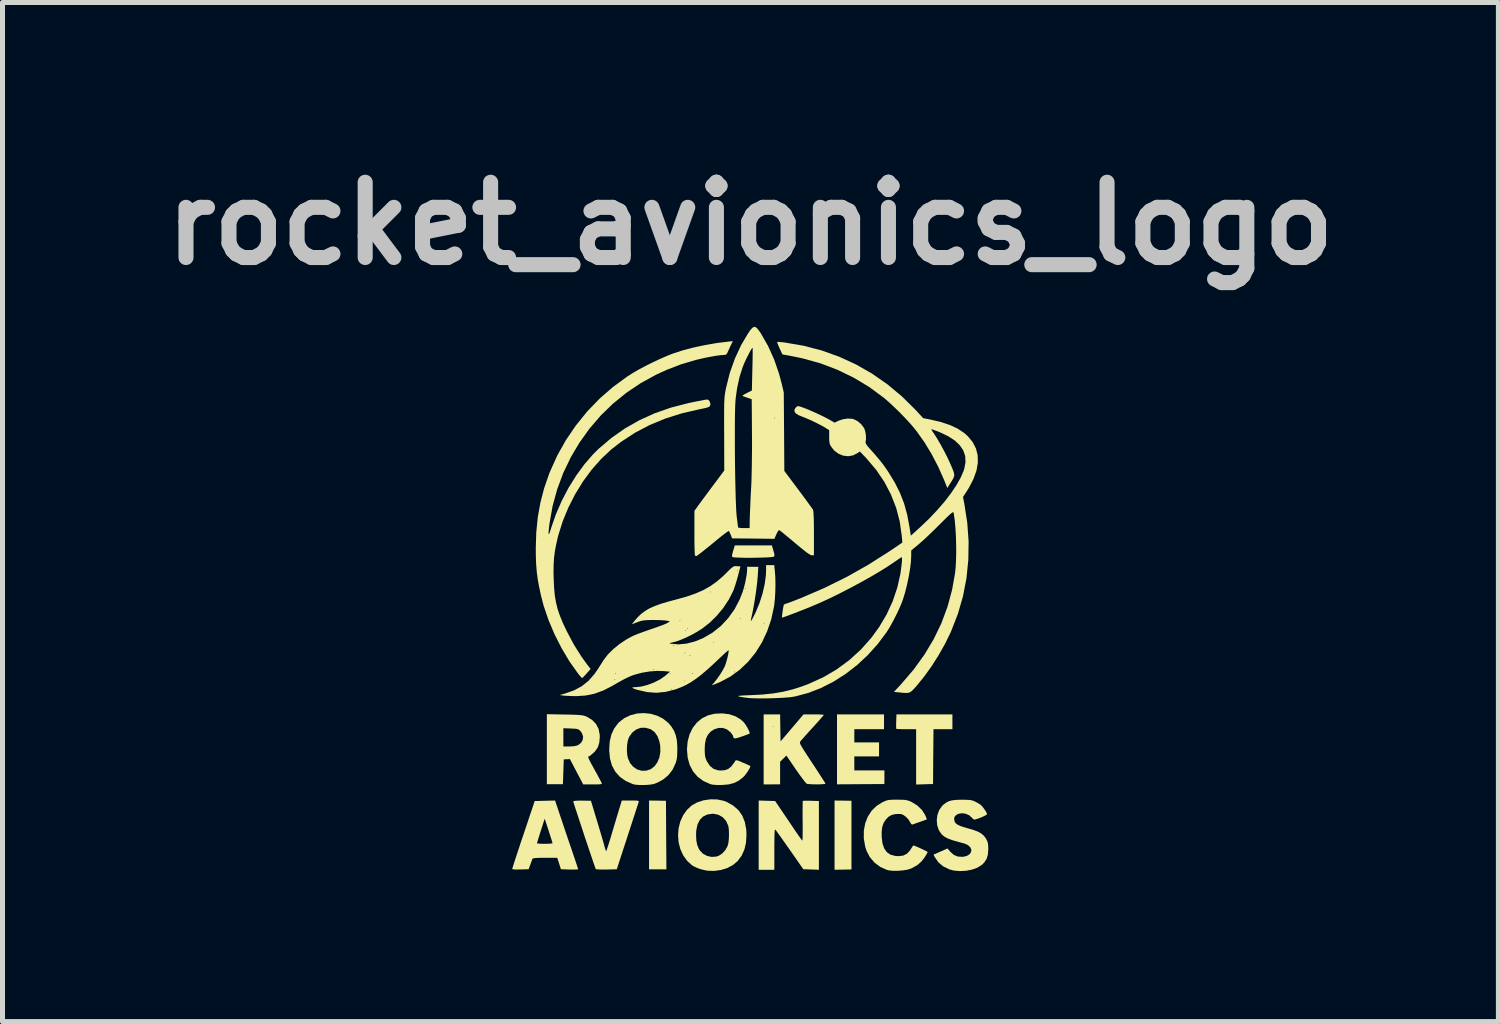
<source format=kicad_pcb>
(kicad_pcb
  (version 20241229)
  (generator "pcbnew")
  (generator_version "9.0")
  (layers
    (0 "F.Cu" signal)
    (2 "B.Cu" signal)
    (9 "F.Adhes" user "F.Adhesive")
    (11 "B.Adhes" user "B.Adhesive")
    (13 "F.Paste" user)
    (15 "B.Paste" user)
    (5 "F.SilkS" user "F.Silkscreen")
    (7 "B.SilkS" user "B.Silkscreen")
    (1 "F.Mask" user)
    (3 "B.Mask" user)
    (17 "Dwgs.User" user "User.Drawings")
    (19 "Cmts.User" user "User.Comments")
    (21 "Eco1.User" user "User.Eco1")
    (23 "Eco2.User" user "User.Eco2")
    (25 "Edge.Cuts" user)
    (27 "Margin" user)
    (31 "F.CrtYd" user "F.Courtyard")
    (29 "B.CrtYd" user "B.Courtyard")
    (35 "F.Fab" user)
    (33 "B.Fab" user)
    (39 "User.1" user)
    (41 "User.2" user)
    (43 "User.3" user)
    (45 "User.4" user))
  (footprint "rocket_avionics_logo"
    (layer "F.Cu")
    (at 11.907 8.904)
    (property "Reference" "rocket_avionics_logo" (at 0 -7.5 0) (layer "Dwgs.User") (effects (font (size 1.5 1.5) (thickness 0.3))))
    (attr board_only exclude_from_pos_files exclude_from_bom)
    (fp_poly (pts (xy -1.852 4.003) (xy -1.684 4.006) (xy -1.68 4.689) (xy -1.675 5.372) (xy -1.848 5.372) (xy -2.021 5.372) (xy -2.021 4.687) (xy -2.021 4.001)) (stroke (width 0) (type solid)) (fill yes) (layer "F.SilkS"))
    (fp_poly (pts (xy 1.844 4.003) (xy 2.013 4.006) (xy 2.013 4.691) (xy 2.013 5.375) (xy 1.844 5.378) (xy 1.676 5.381) (xy 1.676 4.691) (xy 1.676 4.001)) (stroke (width 0) (type solid)) (fill yes) (layer "F.SilkS"))
    (fp_poly (pts (xy 4.025 2.432) (xy 4.025 2.579) (xy 3.837 2.579) (xy 3.648 2.579) (xy 3.643 3.126) (xy 3.639 3.672) (xy 3.471 3.677) (xy 3.302 3.682) (xy 3.302 3.131) (xy 3.302 2.579) (xy 3.108 2.579) (xy 3.032 2.579) (xy 2.968 2.577) (xy 2.924 2.575) (xy 2.907 2.573) (xy 2.904 2.554) (xy 2.903 2.511) (xy 2.904 2.451) (xy 2.905 2.425) (xy 2.91 2.284) (xy 3.468 2.284) (xy 4.025 2.284)) (stroke (width 0) (type solid)) (fill yes) (layer "F.SilkS"))
    (fp_poly (pts (xy 0.457 -0.982) (xy 0.473 -0.925) (xy 0.479 -0.891) (xy 0.475 -0.872) (xy 0.463 -0.858) (xy 0.44 -0.853) (xy 0.389 -0.848) (xy 0.318 -0.844) (xy 0.23 -0.841) (xy 0.132 -0.839) (xy 0.03 -0.837) (xy -0.071 -0.837) (xy -0.165 -0.838) (xy -0.246 -0.841) (xy -0.309 -0.844) (xy -0.349 -0.849) (xy -0.358 -0.852) (xy -0.367 -0.866) (xy -0.366 -0.894) (xy -0.354 -0.943) (xy -0.345 -0.975) (xy -0.311 -1.084) (xy 0.058 -1.084) (xy 0.426 -1.084)) (stroke (width 0) (type solid)) (fill yes) (layer "F.SilkS"))
    (fp_poly (pts (xy 2.662 2.432) (xy 2.662 2.579) (xy 2.366 2.579) (xy 2.07 2.579) (xy 2.07 2.711) (xy 2.07 2.842) (xy 2.317 2.842) (xy 2.563 2.842) (xy 2.563 2.982) (xy 2.563 3.122) (xy 2.317 3.122) (xy 2.07 3.122) (xy 2.07 3.261) (xy 2.07 3.401) (xy 2.37 3.401) (xy 2.67 3.401) (xy 2.67 3.536) (xy 2.669 3.672) (xy 2.197 3.675) (xy 1.725 3.678) (xy 1.725 2.981) (xy 1.725 2.284) (xy 2.193 2.284) (xy 2.662 2.284)) (stroke (width 0) (type solid)) (fill yes) (layer "F.SilkS"))
    (fp_poly (pts (xy 0.328 4.006) (xy 0.492 4.011) (xy 0.733 4.367) (xy 0.814 4.487) (xy 0.878 4.582) (xy 0.928 4.655) (xy 0.966 4.709) (xy 0.993 4.748) (xy 1.011 4.773) (xy 1.023 4.788) (xy 1.03 4.795) (xy 1.034 4.797) (xy 1.035 4.797) (xy 1.037 4.781) (xy 1.039 4.737) (xy 1.04 4.67) (xy 1.041 4.583) (xy 1.041 4.481) (xy 1.04 4.408) (xy 1.039 4.298) (xy 1.039 4.2) (xy 1.04 4.117) (xy 1.04 4.055) (xy 1.042 4.018) (xy 1.043 4.01) (xy 1.06 4.006) (xy 1.104 4.005) (xy 1.165 4.005) (xy 1.206 4.006) (xy 1.364 4.011) (xy 1.364 4.696) (xy 1.364 5.381) (xy 1.209 5.375) (xy 1.053 5.37) (xy 0.788 4.989) (xy 0.718 4.89) (xy 0.653 4.798) (xy 0.597 4.718) (xy 0.55 4.653) (xy 0.517 4.608) (xy 0.5 4.585) (xy 0.499 4.584) (xy 0.492 4.581) (xy 0.487 4.589) (xy 0.483 4.613) (xy 0.48 4.655) (xy 0.478 4.719) (xy 0.477 4.808) (xy 0.476 4.926) (xy 0.476 4.971) (xy 0.476 5.381) (xy 0.32 5.381) (xy 0.164 5.381) (xy 0.164 4.691) (xy 0.164 4.001)) (stroke (width 0) (type solid)) (fill yes) (layer "F.SilkS"))
    (fp_poly (pts (xy -0.665 3.979) (xy -0.537 4.005) (xy -0.471 4.03) (xy -0.341 4.104) (xy -0.239 4.194) (xy -0.163 4.302) (xy -0.112 4.43) (xy -0.084 4.579) (xy -0.079 4.682) (xy -0.089 4.842) (xy -0.121 4.979) (xy -0.176 5.1) (xy -0.254 5.206) (xy -0.347 5.285) (xy -0.461 5.346) (xy -0.59 5.386) (xy -0.726 5.404) (xy -0.864 5.399) (xy -0.996 5.369) (xy -1.005 5.366) (xy -1.069 5.341) (xy -1.126 5.314) (xy -1.163 5.293) (xy -1.263 5.202) (xy -1.342 5.092) (xy -1.398 4.967) (xy -1.432 4.833) (xy -1.443 4.693) (xy -1.442 4.681) (xy -1.084 4.681) (xy -1.079 4.796) (xy -1.061 4.887) (xy -1.028 4.965) (xy -1.007 4.998) (xy -0.945 5.062) (xy -0.864 5.105) (xy -0.774 5.125) (xy -0.682 5.118) (xy -0.636 5.104) (xy -0.565 5.059) (xy -0.502 4.991) (xy -0.458 4.912) (xy -0.453 4.899) (xy -0.438 4.836) (xy -0.43 4.752) (xy -0.428 4.662) (xy -0.431 4.577) (xy -0.441 4.509) (xy -0.443 4.503) (xy -0.486 4.408) (xy -0.551 4.335) (xy -0.635 4.286) (xy -0.734 4.265) (xy -0.756 4.265) (xy -0.859 4.279) (xy -0.944 4.32) (xy -1.009 4.386) (xy -1.055 4.477) (xy -1.08 4.593) (xy -1.084 4.681) (xy -1.442 4.681) (xy -1.432 4.554) (xy -1.398 4.419) (xy -1.342 4.295) (xy -1.263 4.184) (xy -1.171 4.099) (xy -1.062 4.038) (xy -0.936 3.997) (xy -0.801 3.977)) (stroke (width 0) (type solid)) (fill yes) (layer "F.SilkS"))
    (fp_poly (pts (xy -3.817 4.231) (xy -3.791 4.309) (xy -3.756 4.412) (xy -3.716 4.532) (xy -3.672 4.662) (xy -3.627 4.796) (xy -3.587 4.911) (xy -3.548 5.026) (xy -3.513 5.131) (xy -3.482 5.222) (xy -3.458 5.295) (xy -3.441 5.345) (xy -3.434 5.369) (xy -3.434 5.371) (xy -3.449 5.374) (xy -3.49 5.376) (xy -3.551 5.377) (xy -3.606 5.376) (xy -3.778 5.37) (xy -3.814 5.256) (xy -3.851 5.142) (xy -4.095 5.142) (xy -4.197 5.143) (xy -4.27 5.146) (xy -4.316 5.151) (xy -4.341 5.158) (xy -4.346 5.163) (xy -4.355 5.189) (xy -4.371 5.234) (xy -4.387 5.277) (xy -4.421 5.37) (xy -4.585 5.375) (xy -4.664 5.376) (xy -4.719 5.374) (xy -4.746 5.367) (xy -4.748 5.364) (xy -4.743 5.346) (xy -4.729 5.299) (xy -4.706 5.228) (xy -4.676 5.136) (xy -4.64 5.026) (xy -4.598 4.901) (xy -4.583 4.853) (xy -4.255 4.853) (xy -4.24 4.857) (xy -4.199 4.861) (xy -4.139 4.863) (xy -4.099 4.863) (xy -4.032 4.862) (xy -3.98 4.859) (xy -3.949 4.854) (xy -3.944 4.851) (xy -3.95 4.832) (xy -3.963 4.787) (xy -3.984 4.723) (xy -4.009 4.644) (xy -4.023 4.6) (xy -4.101 4.362) (xy -4.178 4.603) (xy -4.205 4.686) (xy -4.227 4.759) (xy -4.244 4.814) (xy -4.254 4.847) (xy -4.255 4.853) (xy -4.583 4.853) (xy -4.553 4.764) (xy -4.524 4.679) (xy -4.3 4.011) (xy -4.097 4.006) (xy -3.894 4.001)) (stroke (width 0) (type solid)) (fill yes) (layer "F.SilkS"))
    (fp_poly (pts (xy -3.701 2.287) (xy -3.581 2.289) (xy -3.49 2.292) (xy -3.421 2.296) (xy -3.369 2.301) (xy -3.33 2.307) (xy -3.298 2.316) (xy -3.269 2.327) (xy -3.261 2.331) (xy -3.156 2.394) (xy -3.078 2.475) (xy -3.027 2.575) (xy -3.004 2.692) (xy -3.003 2.736) (xy -3.013 2.848) (xy -3.041 2.938) (xy -3.092 3.014) (xy -3.134 3.056) (xy -3.176 3.091) (xy -3.208 3.115) (xy -3.222 3.122) (xy -3.232 3.125) (xy -3.234 3.136) (xy -3.226 3.16) (xy -3.208 3.199) (xy -3.178 3.258) (xy -3.133 3.34) (xy -3.105 3.391) (xy -3.06 3.472) (xy -3.021 3.545) (xy -2.99 3.603) (xy -2.97 3.642) (xy -2.964 3.654) (xy -2.963 3.665) (xy -2.974 3.673) (xy -3.003 3.677) (xy -3.053 3.68) (xy -3.131 3.68) (xy -3.143 3.68) (xy -3.333 3.68) (xy -3.466 3.428) (xy -3.598 3.175) (xy -3.66 3.178) (xy -3.721 3.181) (xy -3.729 3.428) (xy -3.738 3.675) (xy -3.898 3.675) (xy -4.058 3.675) (xy -4.058 2.977) (xy -4.058 2.742) (xy -3.729 2.742) (xy -3.729 2.924) (xy -3.61 2.924) (xy -3.513 2.918) (xy -3.442 2.9) (xy -3.434 2.896) (xy -3.375 2.85) (xy -3.342 2.79) (xy -3.336 2.723) (xy -3.36 2.656) (xy -3.383 2.625) (xy -3.407 2.599) (xy -3.431 2.583) (xy -3.461 2.574) (xy -3.507 2.569) (xy -3.577 2.566) (xy -3.58 2.565) (xy -3.729 2.56) (xy -3.729 2.742) (xy -4.058 2.742) (xy -4.058 2.28)) (stroke (width 0) (type solid)) (fill yes) (layer "F.SilkS"))
    (fp_poly (pts (xy 0.595 2.553) (xy 0.6 2.822) (xy 0.829 2.553) (xy 1.058 2.284) (xy 1.26 2.284) (xy 1.337 2.284) (xy 1.401 2.287) (xy 1.445 2.29) (xy 1.462 2.293) (xy 1.462 2.294) (xy 1.452 2.308) (xy 1.422 2.343) (xy 1.377 2.395) (xy 1.32 2.459) (xy 1.254 2.532) (xy 1.245 2.542) (xy 1.175 2.618) (xy 1.112 2.688) (xy 1.059 2.748) (xy 1.02 2.792) (xy 0.998 2.817) (xy 0.998 2.818) (xy 0.99 2.829) (xy 0.986 2.842) (xy 0.987 2.858) (xy 0.996 2.882) (xy 1.014 2.916) (xy 1.043 2.964) (xy 1.084 3.029) (xy 1.139 3.113) (xy 1.21 3.222) (xy 1.232 3.255) (xy 1.299 3.357) (xy 1.36 3.45) (xy 1.412 3.531) (xy 1.453 3.595) (xy 1.482 3.641) (xy 1.495 3.663) (xy 1.495 3.665) (xy 1.48 3.671) (xy 1.44 3.675) (xy 1.383 3.678) (xy 1.317 3.679) (xy 1.249 3.678) (xy 1.189 3.675) (xy 1.142 3.671) (xy 1.12 3.665) (xy 1.101 3.647) (xy 1.068 3.606) (xy 1.023 3.546) (xy 0.969 3.473) (xy 0.911 3.39) (xy 0.902 3.377) (xy 0.716 3.105) (xy 0.654 3.166) (xy 0.591 3.227) (xy 0.591 3.452) (xy 0.591 3.678) (xy 0.427 3.679) (xy 0.263 3.68) (xy 0.263 2.982) (xy 0.263 2.522) (xy 0.444 2.522) (xy 0.452 2.53) (xy 0.46 2.522) (xy 0.452 2.514) (xy 0.444 2.522) (xy 0.263 2.522) (xy 0.263 2.284) (xy 0.427 2.284) (xy 0.591 2.284)) (stroke (width 0) (type solid)) (fill yes) (layer "F.SilkS"))
    (fp_poly (pts (xy -1.991 2.272) (xy -1.86 2.31) (xy -1.74 2.371) (xy -1.636 2.455) (xy -1.576 2.526) (xy -1.524 2.61) (xy -1.489 2.698) (xy -1.467 2.799) (xy -1.458 2.92) (xy -1.458 2.974) (xy -1.459 3.069) (xy -1.464 3.14) (xy -1.474 3.198) (xy -1.49 3.251) (xy -1.492 3.257) (xy -1.553 3.388) (xy -1.636 3.495) (xy -1.742 3.583) (xy -1.851 3.642) (xy -1.904 3.664) (xy -1.957 3.678) (xy -2.019 3.686) (xy -2.102 3.691) (xy -2.111 3.691) (xy -2.219 3.691) (xy -2.301 3.684) (xy -2.341 3.675) (xy -2.485 3.612) (xy -2.602 3.529) (xy -2.694 3.426) (xy -2.761 3.302) (xy -2.801 3.159) (xy -2.815 3) (xy -2.463 3) (xy -2.455 3.098) (xy -2.441 3.161) (xy -2.399 3.255) (xy -2.336 3.329) (xy -2.259 3.381) (xy -2.171 3.407) (xy -2.078 3.406) (xy -1.988 3.376) (xy -1.913 3.32) (xy -1.855 3.24) (xy -1.815 3.142) (xy -1.796 3.031) (xy -1.798 2.912) (xy -1.814 2.826) (xy -1.853 2.719) (xy -1.908 2.639) (xy -1.98 2.585) (xy -1.994 2.578) (xy -2.093 2.55) (xy -2.188 2.552) (xy -2.277 2.585) (xy -2.355 2.645) (xy -2.417 2.732) (xy -2.419 2.736) (xy -2.445 2.807) (xy -2.459 2.899) (xy -2.463 3) (xy -2.815 3) (xy -2.815 2.996) (xy -2.815 2.99) (xy -2.805 2.828) (xy -2.773 2.688) (xy -2.718 2.568) (xy -2.64 2.463) (xy -2.621 2.443) (xy -2.515 2.359) (xy -2.394 2.301) (xy -2.263 2.267) (xy -2.127 2.258)) (stroke (width 0) (type solid)) (fill yes) (layer "F.SilkS"))
    (fp_poly (pts (xy -2.314 4.001) (xy -2.265 4.003) (xy -2.238 4.007) (xy -2.227 4.015) (xy -2.227 4.027) (xy -2.229 4.033) (xy -2.236 4.056) (xy -2.252 4.106) (xy -2.277 4.181) (xy -2.307 4.275) (xy -2.343 4.385) (xy -2.383 4.509) (xy -2.426 4.641) (xy -2.427 4.641) (xy -2.47 4.776) (xy -2.512 4.903) (xy -2.55 5.02) (xy -2.583 5.122) (xy -2.61 5.204) (xy -2.629 5.263) (xy -2.639 5.293) (xy -2.664 5.371) (xy -2.87 5.376) (xy -2.948 5.377) (xy -3.015 5.375) (xy -3.062 5.372) (xy -3.083 5.368) (xy -3.084 5.367) (xy -3.091 5.348) (xy -3.107 5.302) (xy -3.131 5.233) (xy -3.161 5.144) (xy -3.196 5.041) (xy -3.235 4.925) (xy -3.276 4.803) (xy -3.318 4.677) (xy -3.359 4.551) (xy -3.399 4.43) (xy -3.436 4.317) (xy -3.469 4.217) (xy -3.497 4.133) (xy -3.517 4.069) (xy -3.529 4.029) (xy -3.532 4.017) (xy -3.516 4.01) (xy -3.471 4.005) (xy -3.399 4.003) (xy -3.356 4.003) (xy -3.179 4.006) (xy -3.061 4.398) (xy -3.026 4.513) (xy -2.993 4.624) (xy -2.963 4.725) (xy -2.938 4.811) (xy -2.92 4.874) (xy -2.913 4.9) (xy -2.898 4.955) (xy -2.884 4.995) (xy -2.876 5.011) (xy -2.876 5.011) (xy -2.869 4.996) (xy -2.854 4.954) (xy -2.833 4.889) (xy -2.807 4.806) (xy -2.777 4.709) (xy -2.761 4.654) (xy -2.727 4.54) (xy -2.693 4.426) (xy -2.662 4.321) (xy -2.634 4.23) (xy -2.614 4.162) (xy -2.609 4.148) (xy -2.564 4.001) (xy -2.391 4.001)) (stroke (width 0) (type solid)) (fill yes) (layer "F.SilkS"))
    (fp_poly (pts (xy -0.424 2.281) (xy -0.3 2.322) (xy -0.194 2.385) (xy -0.133 2.442) (xy -0.1 2.485) (xy -0.068 2.537) (xy -0.04 2.589) (xy -0.021 2.633) (xy -0.016 2.662) (xy -0.018 2.667) (xy -0.035 2.675) (xy -0.077 2.69) (xy -0.134 2.712) (xy -0.171 2.725) (xy -0.247 2.75) (xy -0.297 2.762) (xy -0.327 2.76) (xy -0.341 2.744) (xy -0.345 2.718) (xy -0.355 2.696) (xy -0.381 2.66) (xy -0.398 2.64) (xy -0.469 2.583) (xy -0.551 2.554) (xy -0.638 2.554) (xy -0.725 2.582) (xy -0.796 2.63) (xy -0.85 2.693) (xy -0.887 2.772) (xy -0.907 2.873) (xy -0.912 2.982) (xy -0.91 3.059) (xy -0.905 3.115) (xy -0.893 3.162) (xy -0.872 3.211) (xy -0.865 3.224) (xy -0.808 3.311) (xy -0.735 3.37) (xy -0.646 3.399) (xy -0.593 3.403) (xy -0.51 3.396) (xy -0.443 3.371) (xy -0.384 3.324) (xy -0.327 3.25) (xy -0.304 3.213) (xy -0.294 3.201) (xy -0.277 3.198) (xy -0.248 3.205) (xy -0.201 3.224) (xy -0.148 3.247) (xy -0.086 3.274) (xy -0.038 3.296) (xy -0.008 3.309) (xy -0.003 3.312) (xy -0.004 3.329) (xy -0.021 3.365) (xy -0.048 3.411) (xy -0.082 3.461) (xy -0.117 3.506) (xy -0.149 3.539) (xy -0.237 3.607) (xy -0.33 3.653) (xy -0.437 3.68) (xy -0.566 3.691) (xy -0.674 3.691) (xy -0.757 3.684) (xy -0.797 3.675) (xy -0.936 3.613) (xy -1.052 3.528) (xy -1.143 3.422) (xy -1.21 3.296) (xy -1.251 3.15) (xy -1.265 2.987) (xy -1.265 2.982) (xy -1.252 2.824) (xy -1.213 2.68) (xy -1.151 2.554) (xy -1.068 2.447) (xy -0.965 2.362) (xy -0.845 2.303) (xy -0.715 2.271) (xy -0.564 2.264)) (stroke (width 0) (type solid)) (fill yes) (layer "F.SilkS"))
    (fp_poly (pts (xy 3.009 3.985) (xy 3.071 3.988) (xy 3.117 3.995) (xy 3.158 4.007) (xy 3.201 4.025) (xy 3.206 4.027) (xy 3.323 4.098) (xy 3.417 4.188) (xy 3.477 4.282) (xy 3.499 4.33) (xy 3.512 4.364) (xy 3.514 4.376) (xy 3.497 4.384) (xy 3.456 4.399) (xy 3.4 4.419) (xy 3.38 4.426) (xy 3.317 4.448) (xy 3.265 4.466) (xy 3.233 4.478) (xy 3.228 4.479) (xy 3.206 4.472) (xy 3.183 4.434) (xy 3.182 4.433) (xy 3.15 4.38) (xy 3.103 4.33) (xy 3.051 4.291) (xy 3.002 4.27) (xy 2.994 4.269) (xy 2.894 4.27) (xy 2.816 4.288) (xy 2.751 4.325) (xy 2.698 4.38) (xy 2.654 4.447) (xy 2.627 4.525) (xy 2.615 4.62) (xy 2.616 4.727) (xy 2.631 4.855) (xy 2.665 4.955) (xy 2.718 5.03) (xy 2.79 5.08) (xy 2.884 5.105) (xy 2.952 5.11) (xy 3.046 5.098) (xy 3.12 5.06) (xy 3.181 4.994) (xy 3.197 4.968) (xy 3.223 4.927) (xy 3.242 4.901) (xy 3.247 4.896) (xy 3.268 4.902) (xy 3.31 4.919) (xy 3.362 4.942) (xy 3.419 4.968) (xy 3.471 4.993) (xy 3.512 5.014) (xy 3.531 5.026) (xy 3.532 5.028) (xy 3.524 5.046) (xy 3.502 5.084) (xy 3.471 5.133) (xy 3.47 5.136) (xy 3.405 5.219) (xy 3.328 5.286) (xy 3.228 5.343) (xy 3.196 5.358) (xy 3.125 5.38) (xy 3.034 5.394) (xy 2.934 5.402) (xy 2.836 5.401) (xy 2.752 5.392) (xy 2.716 5.382) (xy 2.585 5.323) (xy 2.472 5.238) (xy 2.38 5.13) (xy 2.314 5.004) (xy 2.287 4.921) (xy 2.259 4.758) (xy 2.26 4.601) (xy 2.287 4.455) (xy 2.339 4.322) (xy 2.415 4.205) (xy 2.514 4.108) (xy 2.626 4.038) (xy 2.675 4.015) (xy 2.715 3.999) (xy 2.756 3.99) (xy 2.807 3.986) (xy 2.877 3.984) (xy 2.924 3.984)) (stroke (width 0) (type solid)) (fill yes) (layer "F.SilkS"))
    (fp_poly (pts (xy 4.293 3.986) (xy 4.355 3.989) (xy 4.402 3.995) (xy 4.442 4.007) (xy 4.477 4.022) (xy 4.532 4.051) (xy 4.58 4.081) (xy 4.598 4.096) (xy 4.63 4.131) (xy 4.664 4.177) (xy 4.694 4.222) (xy 4.712 4.259) (xy 4.715 4.271) (xy 4.701 4.287) (xy 4.661 4.309) (xy 4.604 4.335) (xy 4.535 4.362) (xy 4.512 4.369) (xy 4.471 4.381) (xy 4.446 4.377) (xy 4.423 4.354) (xy 4.417 4.347) (xy 4.36 4.295) (xy 4.288 4.264) (xy 4.213 4.254) (xy 4.142 4.267) (xy 4.1 4.29) (xy 4.069 4.323) (xy 4.06 4.362) (xy 4.061 4.383) (xy 4.07 4.423) (xy 4.092 4.456) (xy 4.132 4.485) (xy 4.193 4.512) (xy 4.281 4.54) (xy 4.331 4.554) (xy 4.447 4.588) (xy 4.535 4.622) (xy 4.601 4.659) (xy 4.651 4.702) (xy 4.69 4.754) (xy 4.694 4.761) (xy 4.718 4.806) (xy 4.732 4.848) (xy 4.738 4.899) (xy 4.74 4.97) (xy 4.732 5.078) (xy 4.706 5.165) (xy 4.659 5.237) (xy 4.606 5.288) (xy 4.521 5.34) (xy 4.415 5.378) (xy 4.296 5.401) (xy 4.173 5.407) (xy 4.054 5.397) (xy 3.964 5.373) (xy 3.843 5.314) (xy 3.746 5.233) (xy 3.674 5.13) (xy 3.672 5.126) (xy 3.648 5.08) (xy 3.788 5.018) (xy 3.927 4.956) (xy 3.985 5.024) (xy 4.054 5.085) (xy 4.135 5.118) (xy 4.231 5.123) (xy 4.241 5.122) (xy 4.312 5.105) (xy 4.365 5.073) (xy 4.396 5.03) (xy 4.403 4.983) (xy 4.383 4.935) (xy 4.366 4.918) (xy 4.342 4.896) (xy 4.319 4.881) (xy 4.291 4.868) (xy 4.25 4.854) (xy 4.19 4.838) (xy 4.135 4.823) (xy 4.023 4.791) (xy 3.937 4.759) (xy 3.871 4.724) (xy 3.82 4.683) (xy 3.808 4.672) (xy 3.754 4.591) (xy 3.722 4.496) (xy 3.713 4.392) (xy 3.726 4.289) (xy 3.761 4.192) (xy 3.818 4.111) (xy 3.844 4.086) (xy 3.898 4.045) (xy 3.951 4.016) (xy 4.011 3.999) (xy 4.086 3.989) (xy 4.184 3.985) (xy 4.206 3.985)) (stroke (width 0) (type solid)) (fill yes) (layer "F.SilkS"))
    (fp_poly (pts (xy -0.377 -5.102) (xy -0.4 -5.056) (xy -0.426 -4.997) (xy -0.441 -4.965) (xy -0.464 -4.916) (xy -0.483 -4.89) (xy -0.507 -4.881) (xy -0.53 -4.879) (xy -0.589 -4.876) (xy -0.673 -4.865) (xy -0.773 -4.848) (xy -0.884 -4.827) (xy -0.997 -4.802) (xy -1.086 -4.781) (xy -1.377 -4.695) (xy -1.674 -4.581) (xy -1.881 -4.486) (xy -2.186 -4.319) (xy -2.473 -4.126) (xy -2.74 -3.909) (xy -2.986 -3.67) (xy -3.209 -3.41) (xy -3.409 -3.131) (xy -3.583 -2.836) (xy -3.732 -2.525) (xy -3.852 -2.201) (xy -3.944 -1.866) (xy -4.005 -1.521) (xy -4.008 -1.496) (xy -4.019 -1.401) (xy -4.024 -1.339) (xy -4.022 -1.308) (xy -4.015 -1.309) (xy -4.001 -1.34) (xy -3.98 -1.403) (xy -3.97 -1.438) (xy -3.877 -1.706) (xy -3.761 -1.972) (xy -3.626 -2.231) (xy -3.473 -2.476) (xy -3.308 -2.702) (xy -3.132 -2.905) (xy -3.022 -3.013) (xy -2.768 -3.228) (xy -2.5 -3.416) (xy -2.215 -3.578) (xy -1.912 -3.716) (xy -1.589 -3.829) (xy -1.244 -3.918) (xy -1.17 -3.934) (xy -1.076 -3.953) (xy -0.992 -3.969) (xy -0.925 -3.982) (xy -0.879 -3.99) (xy -0.862 -3.992) (xy -0.831 -3.978) (xy -0.808 -3.943) (xy -0.798 -3.901) (xy -0.803 -3.875) (xy -0.812 -3.858) (xy -0.829 -3.844) (xy -0.86 -3.832) (xy -0.91 -3.819) (xy -0.985 -3.803) (xy -1.013 -3.798) (xy -1.367 -3.716) (xy -1.7 -3.611) (xy -2.011 -3.482) (xy -2.302 -3.329) (xy -2.576 -3.15) (xy -2.777 -2.994) (xy -2.976 -2.807) (xy -3.164 -2.594) (xy -3.338 -2.358) (xy -3.494 -2.104) (xy -3.63 -1.837) (xy -3.743 -1.562) (xy -3.83 -1.283) (xy -3.837 -1.257) (xy -3.872 -1.104) (xy -3.898 -0.966) (xy -3.915 -0.832) (xy -3.923 -0.692) (xy -3.925 -0.536) (xy -3.922 -0.422) (xy -3.914 -0.244) (xy -3.9 -0.088) (xy -3.876 0.052) (xy -3.843 0.187) (xy -3.796 0.323) (xy -3.735 0.47) (xy -3.657 0.634) (xy -3.517 0.897) (xy -3.364 1.139) (xy -3.259 1.285) (xy -3.186 1.379) (xy -3.265 1.468) (xy -3.305 1.512) (xy -3.337 1.545) (xy -3.354 1.559) (xy -3.355 1.559) (xy -3.37 1.548) (xy -3.398 1.517) (xy -3.435 1.472) (xy -3.44 1.465) (xy -3.61 1.224) (xy -3.766 0.961) (xy -3.906 0.685) (xy -4.026 0.401) (xy -4.122 0.119) (xy -4.179 -0.102) (xy -4.214 -0.268) (xy -4.241 -0.417) (xy -4.259 -0.558) (xy -4.271 -0.701) (xy -4.277 -0.857) (xy -4.279 -1.019) (xy -4.269 -1.341) (xy -4.239 -1.644) (xy -4.187 -1.934) (xy -4.113 -2.22) (xy -4.014 -2.507) (xy -3.998 -2.547) (xy -3.853 -2.87) (xy -3.679 -3.181) (xy -3.478 -3.476) (xy -3.253 -3.754) (xy -3.005 -4.011) (xy -2.736 -4.245) (xy -2.45 -4.453) (xy -2.333 -4.527) (xy -2.22 -4.592) (xy -2.086 -4.663) (xy -1.941 -4.735) (xy -1.794 -4.804) (xy -1.657 -4.863) (xy -1.555 -4.904) (xy -1.358 -4.969) (xy -1.137 -5.027) (xy -0.901 -5.078) (xy -0.658 -5.119) (xy -0.426 -5.147) (xy -0.351 -5.154)) (stroke (width 0) (type solid)) (fill yes) (layer "F.SilkS"))
    (fp_poly (pts (xy 0.108 -5.432) (xy 0.146 -5.395) (xy 0.193 -5.331) (xy 0.211 -5.303) (xy 0.352 -5.056) (xy 0.473 -4.787) (xy 0.572 -4.498) (xy 0.62 -4.318) (xy 0.664 -4.132) (xy 0.67 -3.35) (xy 0.675 -2.568) (xy 0.952 -2.198) (xy 1.025 -2.1) (xy 1.092 -2.01) (xy 1.15 -1.93) (xy 1.197 -1.866) (xy 1.23 -1.819) (xy 1.246 -1.795) (xy 1.247 -1.794) (xy 1.253 -1.764) (xy 1.258 -1.703) (xy 1.262 -1.609) (xy 1.264 -1.485) (xy 1.265 -1.33) (xy 1.265 -1.324) (xy 1.265 -0.887) (xy 1.226 -0.887) (xy 1.209 -0.89) (xy 1.187 -0.9) (xy 1.156 -0.919) (xy 1.114 -0.948) (xy 1.059 -0.992) (xy 0.987 -1.05) (xy 0.895 -1.126) (xy 0.787 -1.217) (xy 0.719 -1.273) (xy 0.66 -1.322) (xy 0.613 -1.36) (xy 0.584 -1.383) (xy 0.579 -1.386) (xy 0.561 -1.383) (xy 0.538 -1.35) (xy 0.517 -1.307) (xy 0.477 -1.215) (xy 0.056 -1.22) (xy -0.365 -1.224) (xy -0.392 -1.292) (xy -0.411 -1.336) (xy -0.426 -1.366) (xy -0.43 -1.372) (xy -0.445 -1.365) (xy -0.482 -1.341) (xy -0.535 -1.301) (xy -0.6 -1.25) (xy -0.665 -1.197) (xy -0.793 -1.091) (xy -0.897 -1.008) (xy -0.977 -0.944) (xy -1.034 -0.901) (xy -1.07 -0.876) (xy -1.083 -0.871) (xy -1.105 -0.881) (xy -1.106 -0.882) (xy -1.109 -0.9) (xy -1.112 -0.948) (xy -1.114 -1.019) (xy -1.116 -1.11) (xy -1.117 -1.216) (xy -1.117 -1.332) (xy -1.117 -1.771) (xy -1.064 -1.846) (xy -1.039 -1.881) (xy -0.998 -1.937) (xy -0.944 -2.01) (xy -0.881 -2.095) (xy -0.812 -2.188) (xy -0.766 -2.25) (xy -0.522 -2.577) (xy -0.524 -3.257) (xy -0.311 -3.257) (xy -0.311 -3.078) (xy -0.31 -2.895) (xy -0.308 -2.709) (xy -0.305 -2.527) (xy -0.302 -2.351) (xy -0.298 -2.185) (xy -0.294 -2.033) (xy -0.289 -1.899) (xy -0.284 -1.787) (xy -0.278 -1.701) (xy -0.273 -1.651) (xy -0.263 -1.574) (xy -0.255 -1.509) (xy -0.249 -1.462) (xy -0.247 -1.442) (xy -0.247 -1.442) (xy -0.232 -1.436) (xy -0.192 -1.431) (xy -0.136 -1.429) (xy -0.131 -1.429) (xy -0.016 -1.429) (xy -0.016 -1.516) (xy -0.014 -1.608) (xy -0.01 -1.732) (xy -0.003 -1.888) (xy 0.005 -2.076) (xy 0.017 -2.297) (xy 0.017 -2.3) (xy 0.021 -2.399) (xy 0.024 -2.524) (xy 0.027 -2.67) (xy 0.029 -2.829) (xy 0.031 -2.996) (xy 0.031 -3.165) (xy 0.03 -3.325) (xy 0.028 -3.623) (xy 0.476 -3.623) (xy 0.485 -3.614) (xy 0.493 -3.623) (xy 0.485 -3.631) (xy 0.476 -3.623) (xy 0.028 -3.623) (xy 0.025 -3.997) (xy -0.064 -4.028) (xy -0.114 -4.045) (xy -0.149 -4.059) (xy -0.16 -4.065) (xy -0.151 -4.075) (xy -0.118 -4.096) (xy -0.07 -4.121) (xy -0.07 -4.122) (xy 0.028 -4.171) (xy 0.038 -4.594) (xy 0.041 -4.708) (xy 0.043 -4.812) (xy 0.044 -4.899) (xy 0.044 -4.966) (xy 0.044 -5.009) (xy 0.042 -5.023) (xy 0.031 -5.014) (xy 0.01 -4.981) (xy -0.019 -4.929) (xy -0.052 -4.865) (xy -0.087 -4.794) (xy -0.12 -4.723) (xy -0.148 -4.656) (xy -0.154 -4.64) (xy -0.217 -4.443) (xy -0.266 -4.22) (xy -0.296 -4.001) (xy -0.301 -3.935) (xy -0.305 -3.841) (xy -0.308 -3.722) (xy -0.31 -3.583) (xy -0.311 -3.426) (xy -0.311 -3.257) (xy -0.524 -3.257) (xy -0.524 -3.3) (xy -0.525 -3.474) (xy -0.525 -3.618) (xy -0.525 -3.737) (xy -0.524 -3.834) (xy -0.523 -3.912) (xy -0.52 -3.977) (xy -0.517 -4.031) (xy -0.512 -4.077) (xy -0.506 -4.121) (xy -0.498 -4.165) (xy -0.489 -4.213) (xy -0.485 -4.23) (xy -0.411 -4.524) (xy -0.31 -4.808) (xy -0.185 -5.077) (xy -0.057 -5.294) (xy -0.005 -5.372) (xy 0.037 -5.42) (xy 0.073 -5.44)) (stroke (width 0) (type solid)) (fill yes) (layer "F.SilkS"))
    (fp_poly (pts (xy 0.594 -5.137) (xy 0.655 -5.131) (xy 0.685 -5.127) (xy 1.059 -5.063) (xy 1.42 -4.969) (xy 1.769 -4.844) (xy 2.104 -4.69) (xy 2.424 -4.507) (xy 2.729 -4.295) (xy 3.018 -4.054) (xy 3.29 -3.786) (xy 3.328 -3.744) (xy 3.442 -3.62) (xy 3.59 -3.591) (xy 3.799 -3.542) (xy 3.978 -3.482) (xy 4.131 -3.41) (xy 4.259 -3.325) (xy 4.33 -3.262) (xy 4.428 -3.144) (xy 4.494 -3.016) (xy 4.529 -2.879) (xy 4.532 -2.732) (xy 4.505 -2.576) (xy 4.446 -2.41) (xy 4.356 -2.236) (xy 4.313 -2.167) (xy 4.236 -2.049) (xy 4.262 -1.916) (xy 4.321 -1.536) (xy 4.348 -1.161) (xy 4.342 -0.792) (xy 4.305 -0.428) (xy 4.236 -0.071) (xy 4.135 0.279) (xy 4.002 0.62) (xy 3.99 0.649) (xy 3.879 0.876) (xy 3.75 1.104) (xy 3.609 1.326) (xy 3.46 1.533) (xy 3.309 1.719) (xy 3.255 1.778) (xy 3.219 1.815) (xy 3.187 1.839) (xy 3.152 1.853) (xy 3.106 1.857) (xy 3.041 1.854) (xy 2.961 1.846) (xy 2.86 1.836) (xy 3.006 1.678) (xy 3.253 1.39) (xy 3.468 1.092) (xy 3.652 0.785) (xy 3.805 0.468) (xy 3.927 0.14) (xy 4.019 -0.2) (xy 4.077 -0.526) (xy 4.09 -0.648) (xy 4.097 -0.793) (xy 4.101 -0.953) (xy 4.099 -1.12) (xy 4.094 -1.286) (xy 4.084 -1.445) (xy 4.071 -1.588) (xy 4.054 -1.708) (xy 4.049 -1.737) (xy 4.044 -1.745) (xy 4.032 -1.744) (xy 4.011 -1.731) (xy 3.978 -1.703) (xy 3.93 -1.659) (xy 3.865 -1.595) (xy 3.781 -1.511) (xy 3.766 -1.497) (xy 3.679 -1.41) (xy 3.589 -1.323) (xy 3.503 -1.241) (xy 3.426 -1.171) (xy 3.365 -1.117) (xy 3.348 -1.102) (xy 3.204 -0.984) (xy 3.204 -0.876) (xy 3.198 -0.757) (xy 3.181 -0.617) (xy 3.155 -0.464) (xy 3.122 -0.307) (xy 3.084 -0.154) (xy 3.042 -0.016) (xy 3.014 0.061) (xy 2.969 0.168) (xy 2.913 0.287) (xy 2.851 0.409) (xy 2.788 0.524) (xy 2.729 0.621) (xy 2.712 0.647) (xy 2.536 0.883) (xy 2.339 1.102) (xy 2.125 1.301) (xy 1.896 1.478) (xy 1.656 1.631) (xy 1.407 1.758) (xy 1.154 1.856) (xy 0.898 1.925) (xy 0.863 1.931) (xy 0.789 1.942) (xy 0.689 1.95) (xy 0.572 1.957) (xy 0.445 1.962) (xy 0.316 1.965) (xy 0.191 1.966) (xy 0.078 1.964) (xy -0.015 1.96) (xy -0.066 1.954) (xy -0.155 1.942) (xy -0.214 1.931) (xy -0.244 1.923) (xy -0.243 1.917) (xy -0.211 1.912) (xy -0.148 1.907) (xy -0.053 1.903) (xy 0 1.901) (xy 0.236 1.889) (xy 0.448 1.867) (xy 0.644 1.834) (xy 0.831 1.789) (xy 1.017 1.73) (xy 1.166 1.674) (xy 1.455 1.542) (xy 1.724 1.384) (xy 1.974 1.199) (xy 2.203 0.99) (xy 2.409 0.758) (xy 2.566 0.542) (xy 2.714 0.292) (xy 2.835 0.029) (xy 2.927 -0.244) (xy 2.989 -0.52) (xy 3.015 -0.721) (xy 3.02 -0.788) (xy 3.021 -0.828) (xy 3.016 -0.846) (xy 3.006 -0.846) (xy 3.004 -0.845) (xy 2.981 -0.83) (xy 2.939 -0.802) (xy 2.885 -0.764) (xy 2.858 -0.746) (xy 2.722 -0.655) (xy 2.562 -0.556) (xy 2.383 -0.451) (xy 2.191 -0.344) (xy 1.993 -0.237) (xy 1.794 -0.135) (xy 1.601 -0.039) (xy 1.419 0.045) (xy 1.314 0.091) (xy 1.228 0.127) (xy 1.134 0.166) (xy 1.035 0.205) (xy 0.937 0.243) (xy 0.845 0.279) (xy 0.764 0.309) (xy 0.697 0.334) (xy 0.651 0.349) (xy 0.629 0.355) (xy 0.628 0.355) (xy 0.628 0.337) (xy 0.632 0.297) (xy 0.639 0.244) (xy 0.647 0.188) (xy 0.656 0.139) (xy 0.663 0.106) (xy 0.665 0.098) (xy 0.686 0.085) (xy 0.717 0.075) (xy 0.748 0.065) (xy 0.802 0.045) (xy 0.873 0.018) (xy 0.956 -0.015) (xy 1.001 -0.032) (xy 1.47 -0.234) (xy 1.916 -0.454) (xy 2.347 -0.697) (xy 2.768 -0.965) (xy 2.783 -0.975) (xy 3.027 -1.14) (xy 3.016 -1.272) (xy 2.976 -1.556) (xy 2.905 -1.83) (xy 2.802 -2.094) (xy 2.67 -2.347) (xy 2.507 -2.588) (xy 2.314 -2.816) (xy 2.278 -2.854) (xy 2.18 -2.956) (xy 2.135 -2.924) (xy 2.044 -2.878) (xy 1.947 -2.861) (xy 1.848 -2.873) (xy 1.754 -2.911) (xy 1.67 -2.974) (xy 1.615 -3.042) (xy 1.591 -3.081) (xy 1.578 -3.118) (xy 1.571 -3.163) (xy 1.569 -3.228) (xy 1.569 -3.246) (xy 1.569 -3.381) (xy 1.503 -3.422) (xy 1.414 -3.474) (xy 1.307 -3.529) (xy 1.193 -3.583) (xy 1.086 -3.629) (xy 1.039 -3.647) (xy 0.954 -3.682) (xy 0.901 -3.717) (xy 0.877 -3.753) (xy 0.879 -3.793) (xy 0.893 -3.818) (xy 0.92 -3.848) (xy 0.946 -3.861) (xy 0.981 -3.854) (xy 1.039 -3.834) (xy 1.116 -3.805) (xy 1.204 -3.768) (xy 1.299 -3.726) (xy 1.395 -3.681) (xy 1.485 -3.637) (xy 1.565 -3.595) (xy 1.623 -3.562) (xy 1.676 -3.53) (xy 1.753 -3.567) (xy 1.842 -3.598) (xy 1.938 -3.612) (xy 2.028 -3.607) (xy 2.061 -3.598) (xy 2.139 -3.558) (xy 2.21 -3.496) (xy 2.265 -3.422) (xy 2.269 -3.414) (xy 2.289 -3.353) (xy 2.301 -3.276) (xy 2.303 -3.2) (xy 2.294 -3.144) (xy 2.299 -3.114) (xy 2.328 -3.069) (xy 2.36 -3.031) (xy 2.466 -2.913) (xy 2.554 -2.81) (xy 2.63 -2.715) (xy 2.698 -2.621) (xy 2.748 -2.548) (xy 2.878 -2.334) (xy 2.982 -2.126) (xy 3.064 -1.914) (xy 3.125 -1.69) (xy 3.169 -1.456) (xy 3.196 -1.277) (xy 3.385 -1.449) (xy 3.561 -1.617) (xy 3.723 -1.788) (xy 3.87 -1.958) (xy 3.997 -2.124) (xy 4.105 -2.284) (xy 4.189 -2.433) (xy 4.248 -2.57) (xy 4.262 -2.611) (xy 4.286 -2.742) (xy 4.28 -2.864) (xy 4.242 -2.976) (xy 4.172 -3.08) (xy 4.072 -3.175) (xy 3.939 -3.261) (xy 3.775 -3.339) (xy 3.722 -3.36) (xy 3.667 -3.38) (xy 3.626 -3.395) (xy 3.605 -3.401) (xy 3.605 -3.401) (xy 3.609 -3.389) (xy 3.627 -3.357) (xy 3.65 -3.324) (xy 3.718 -3.218) (xy 3.792 -3.091) (xy 3.865 -2.955) (xy 3.934 -2.819) (xy 3.991 -2.694) (xy 3.993 -2.689) (xy 4.028 -2.606) (xy 4.051 -2.545) (xy 4.061 -2.5) (xy 4.059 -2.461) (xy 4.044 -2.422) (xy 4.016 -2.374) (xy 3.982 -2.321) (xy 3.923 -2.228) (xy 3.854 -2.4) (xy 3.741 -2.654) (xy 3.611 -2.903) (xy 3.468 -3.139) (xy 3.317 -3.352) (xy 3.272 -3.409) (xy 3.185 -3.512) (xy 3.08 -3.625) (xy 2.966 -3.743) (xy 2.849 -3.856) (xy 2.739 -3.957) (xy 2.653 -4.03) (xy 2.364 -4.243) (xy 2.057 -4.427) (xy 1.734 -4.584) (xy 1.397 -4.712) (xy 1.045 -4.81) (xy 0.84 -4.853) (xy 0.637 -4.89) (xy 0.581 -5.01) (xy 0.556 -5.067) (xy 0.539 -5.112) (xy 0.532 -5.136) (xy 0.533 -5.138) (xy 0.551 -5.14)) (stroke (width 0) (type solid)) (fill yes) (layer "F.SilkS"))
    (fp_poly (pts (xy 0.487 -0.563) (xy 0.496 -0.443) (xy 0.498 -0.304) (xy 0.495 -0.159) (xy 0.487 -0.018) (xy 0.474 0.105) (xy 0.47 0.132) (xy 0.415 0.386) (xy 0.334 0.625) (xy 0.23 0.848) (xy 0.103 1.051) (xy -0.045 1.234) (xy -0.213 1.394) (xy -0.398 1.529) (xy -0.6 1.637) (xy -0.689 1.674) (xy -0.773 1.706) (xy -0.724 1.65) (xy -0.664 1.574) (xy -0.602 1.485) (xy -0.573 1.438) (xy -0.329 1.438) (xy -0.32 1.446) (xy -0.312 1.438) (xy -0.32 1.429) (xy -0.329 1.438) (xy -0.573 1.438) (xy -0.547 1.394) (xy -0.51 1.323) (xy -0.493 1.277) (xy -0.475 1.217) (xy -0.458 1.152) (xy -0.444 1.09) (xy -0.436 1.04) (xy -0.434 1.009) (xy -0.436 1.005) (xy -0.449 1.013) (xy -0.481 1.04) (xy -0.528 1.082) (xy -0.584 1.135) (xy -0.595 1.145) (xy -0.741 1.284) (xy -0.87 1.4) (xy -0.984 1.497) (xy -1.088 1.576) (xy -1.186 1.642) (xy -1.28 1.696) (xy -1.375 1.74) (xy -1.474 1.778) (xy -1.509 1.79) (xy -1.693 1.836) (xy -1.874 1.853) (xy -2.057 1.84) (xy -2.248 1.797) (xy -2.251 1.796) (xy -2.292 1.783) (xy -1.577 1.783) (xy -1.569 1.791) (xy -1.561 1.783) (xy -1.569 1.774) (xy -1.577 1.783) (xy -2.292 1.783) (xy -2.317 1.774) (xy -2.351 1.758) (xy -2.352 1.747) (xy -2.322 1.742) (xy -2.298 1.742) (xy -2.181 1.73) (xy -2.053 1.698) (xy -1.923 1.649) (xy -1.863 1.618) (xy -1.314 1.618) (xy -1.306 1.627) (xy -1.298 1.618) (xy -1.306 1.61) (xy -1.314 1.618) (xy -1.863 1.618) (xy -1.801 1.587) (xy -1.699 1.516) (xy -1.685 1.504) (xy -1.647 1.47) (xy -1.61 1.47) (xy -1.602 1.479) (xy -1.594 1.47) (xy -1.166 1.47) (xy -1.158 1.479) (xy -1.15 1.47) (xy -1.158 1.462) (xy -1.166 1.47) (xy -1.594 1.47) (xy -1.602 1.462) (xy -1.61 1.47) (xy -1.647 1.47) (xy -1.604 1.433) (xy -1.73 1.421) (xy -1.865 1.417) (xy -2.014 1.429) (xy -2.164 1.454) (xy -2.293 1.488) (xy -2.355 1.509) (xy -2.415 1.533) (xy -2.479 1.563) (xy -2.552 1.601) (xy -2.642 1.651) (xy -2.752 1.715) (xy -2.932 1.807) (xy -3.106 1.871) (xy -3.282 1.908) (xy -3.467 1.92) (xy -3.49 1.92) (xy -3.572 1.918) (xy -3.648 1.915) (xy -3.709 1.911) (xy -3.738 1.908) (xy -3.803 1.898) (xy -3.691 1.867) (xy -3.515 1.805) (xy -3.361 1.722) (xy -3.228 1.615) (xy -3.202 1.585) (xy -2.711 1.585) (xy -2.703 1.594) (xy -2.694 1.585) (xy -2.703 1.577) (xy -2.711 1.585) (xy -3.202 1.585) (xy -3.11 1.481) (xy -3.102 1.47) (xy -2.694 1.47) (xy -2.686 1.479) (xy -2.678 1.47) (xy -2.686 1.462) (xy -2.694 1.47) (xy -3.102 1.47) (xy -3.047 1.39) (xy -3.045 1.388) (xy -1.939 1.388) (xy -1.93 1.397) (xy -1.922 1.388) (xy -1.93 1.38) (xy -1.939 1.388) (xy -3.045 1.388) (xy -3.004 1.323) (xy -2.961 1.256) (xy -2.927 1.202) (xy -2.919 1.191) (xy -2.856 1.109) (xy -1.216 1.109) (xy -1.208 1.117) (xy -1.199 1.109) (xy -1.208 1.101) (xy -1.216 1.109) (xy -2.856 1.109) (xy -2.84 1.088) (xy -2.812 1.06) (xy -1.314 1.06) (xy -1.306 1.068) (xy -1.298 1.06) (xy -1.306 1.051) (xy -1.314 1.06) (xy -2.812 1.06) (xy -2.734 0.983) (xy -2.646 0.912) (xy -1.544 0.912) (xy -1.536 0.92) (xy -1.528 0.912) (xy -1.536 0.904) (xy -1.544 0.912) (xy -2.646 0.912) (xy -2.61 0.882) (xy -2.472 0.79) (xy -2.358 0.728) (xy -2.309 0.706) (xy -2.236 0.677) (xy -2.147 0.644) (xy -2.069 0.616) (xy -1.298 0.616) (xy -1.29 0.624) (xy -1.282 0.616) (xy -1.29 0.608) (xy -1.298 0.616) (xy -2.069 0.616) (xy -2.05 0.609) (xy -1.98 0.585) (xy -1.925 0.567) (xy -1.265 0.567) (xy -1.257 0.575) (xy -1.249 0.567) (xy -1.257 0.559) (xy -1.265 0.567) (xy -1.925 0.567) (xy -1.886 0.553) (xy -1.8 0.522) (xy -1.728 0.495) (xy -1.676 0.473) (xy -1.653 0.461) (xy -1.605 0.43) (xy -1.656 0.419) (xy -1.413 0.419) (xy -1.405 0.427) (xy -1.397 0.419) (xy -1.405 0.411) (xy -1.413 0.419) (xy -1.656 0.419) (xy -1.669 0.416) (xy -1.711 0.411) (xy -1.776 0.407) (xy -1.856 0.404) (xy -1.939 0.403) (xy -2.03 0.404) (xy -2.098 0.408) (xy -2.151 0.415) (xy -2.198 0.426) (xy -2.25 0.444) (xy -2.255 0.446) (xy -2.365 0.489) (xy -2.318 0.429) (xy -2.25 0.35) (xy -2.18 0.283) (xy -2.103 0.225) (xy -2.016 0.173) (xy -1.913 0.127) (xy -1.791 0.082) (xy -1.644 0.038) (xy -1.476 -0.007) (xy -1.271 -0.064) (xy -1.093 -0.126) (xy -1.024 -0.156) (xy -0.805 -0.156) (xy -0.797 -0.148) (xy -0.789 -0.156) (xy -0.797 -0.164) (xy -0.805 -0.156) (xy -1.024 -0.156) (xy -0.937 -0.194) (xy -0.798 -0.273) (xy -0.67 -0.364) (xy -0.547 -0.47) (xy -0.503 -0.513) (xy -0.439 -0.577) (xy -0.432 -0.583) (xy -0.263 -0.583) (xy -0.255 -0.575) (xy -0.246 -0.583) (xy -0.255 -0.591) (xy -0.263 -0.583) (xy -0.432 -0.583) (xy -0.392 -0.622) (xy -0.358 -0.65) (xy -0.332 -0.665) (xy -0.308 -0.671) (xy -0.282 -0.671) (xy -0.27 -0.67) (xy -0.2 -0.665) (xy -0.248 -0.479) (xy -0.273 -0.39) (xy -0.301 -0.298) (xy -0.329 -0.215) (xy -0.346 -0.173) (xy -0.43 -0.007) (xy -0.539 0.159) (xy -0.67 0.317) (xy -0.815 0.459) (xy -0.962 0.574) (xy -1.055 0.633) (xy -1.16 0.692) (xy -1.27 0.747) (xy -1.377 0.793) (xy -1.471 0.828) (xy -1.531 0.844) (xy -1.585 0.856) (xy -1.61 0.863) (xy -1.609 0.869) (xy -1.586 0.875) (xy -1.579 0.876) (xy -1.434 0.889) (xy -1.276 0.874) (xy -1.167 0.846) (xy -0.739 0.846) (xy -0.731 0.854) (xy -0.723 0.846) (xy -0.731 0.838) (xy -0.739 0.846) (xy -1.167 0.846) (xy -1.11 0.832) (xy -0.944 0.764) (xy -0.759 0.657) (xy -0.592 0.524) (xy -0.539 0.468) (xy 0.263 0.468) (xy 0.271 0.476) (xy 0.279 0.468) (xy 0.271 0.46) (xy 0.263 0.468) (xy -0.539 0.468) (xy -0.447 0.37) (xy -0.214 0.37) (xy -0.205 0.378) (xy -0.197 0.37) (xy -0.205 0.361) (xy -0.214 0.37) (xy -0.447 0.37) (xy -0.444 0.366) (xy -0.316 0.187) (xy -0.212 -0.013) (xy -0.157 -0.154) (xy -0.136 -0.222) (xy -0.115 -0.222) (xy -0.107 -0.214) (xy -0.099 -0.222) (xy -0.107 -0.23) (xy -0.115 -0.222) (xy -0.136 -0.222) (xy -0.13 -0.243) (xy -0.105 -0.342) (xy -0.085 -0.442) (xy -0.071 -0.532) (xy -0.066 -0.602) (xy -0.066 -0.604) (xy -0.066 -0.657) (xy 0.045 -0.657) (xy 0.156 -0.657) (xy 0.145 -0.471) (xy 0.137 -0.374) (xy 0.123 -0.254) (xy 0.105 -0.121) (xy 0.084 0.016) (xy 0.061 0.148) (xy 0.038 0.265) (xy 0.026 0.32) (xy 0.014 0.373) (xy 0.009 0.411) (xy 0.009 0.425) (xy 0.018 0.414) (xy 0.039 0.378) (xy 0.067 0.324) (xy 0.101 0.255) (xy 0.106 0.245) (xy 0.18 0.067) (xy 0.24 -0.122) (xy 0.284 -0.312) (xy 0.308 -0.495) (xy 0.312 -0.601) (xy 0.312 -0.69) (xy 0.393 -0.69) (xy 0.474 -0.69)) (stroke (width 0) (type solid)) (fill yes) (layer "F.SilkS")))
  (gr_rect
    (start -3 -3)
    (end 26.814 17.311)
    (stroke (width 0.1) (type default))
    (fill no)
    (layer "Edge.Cuts")))
</source>
